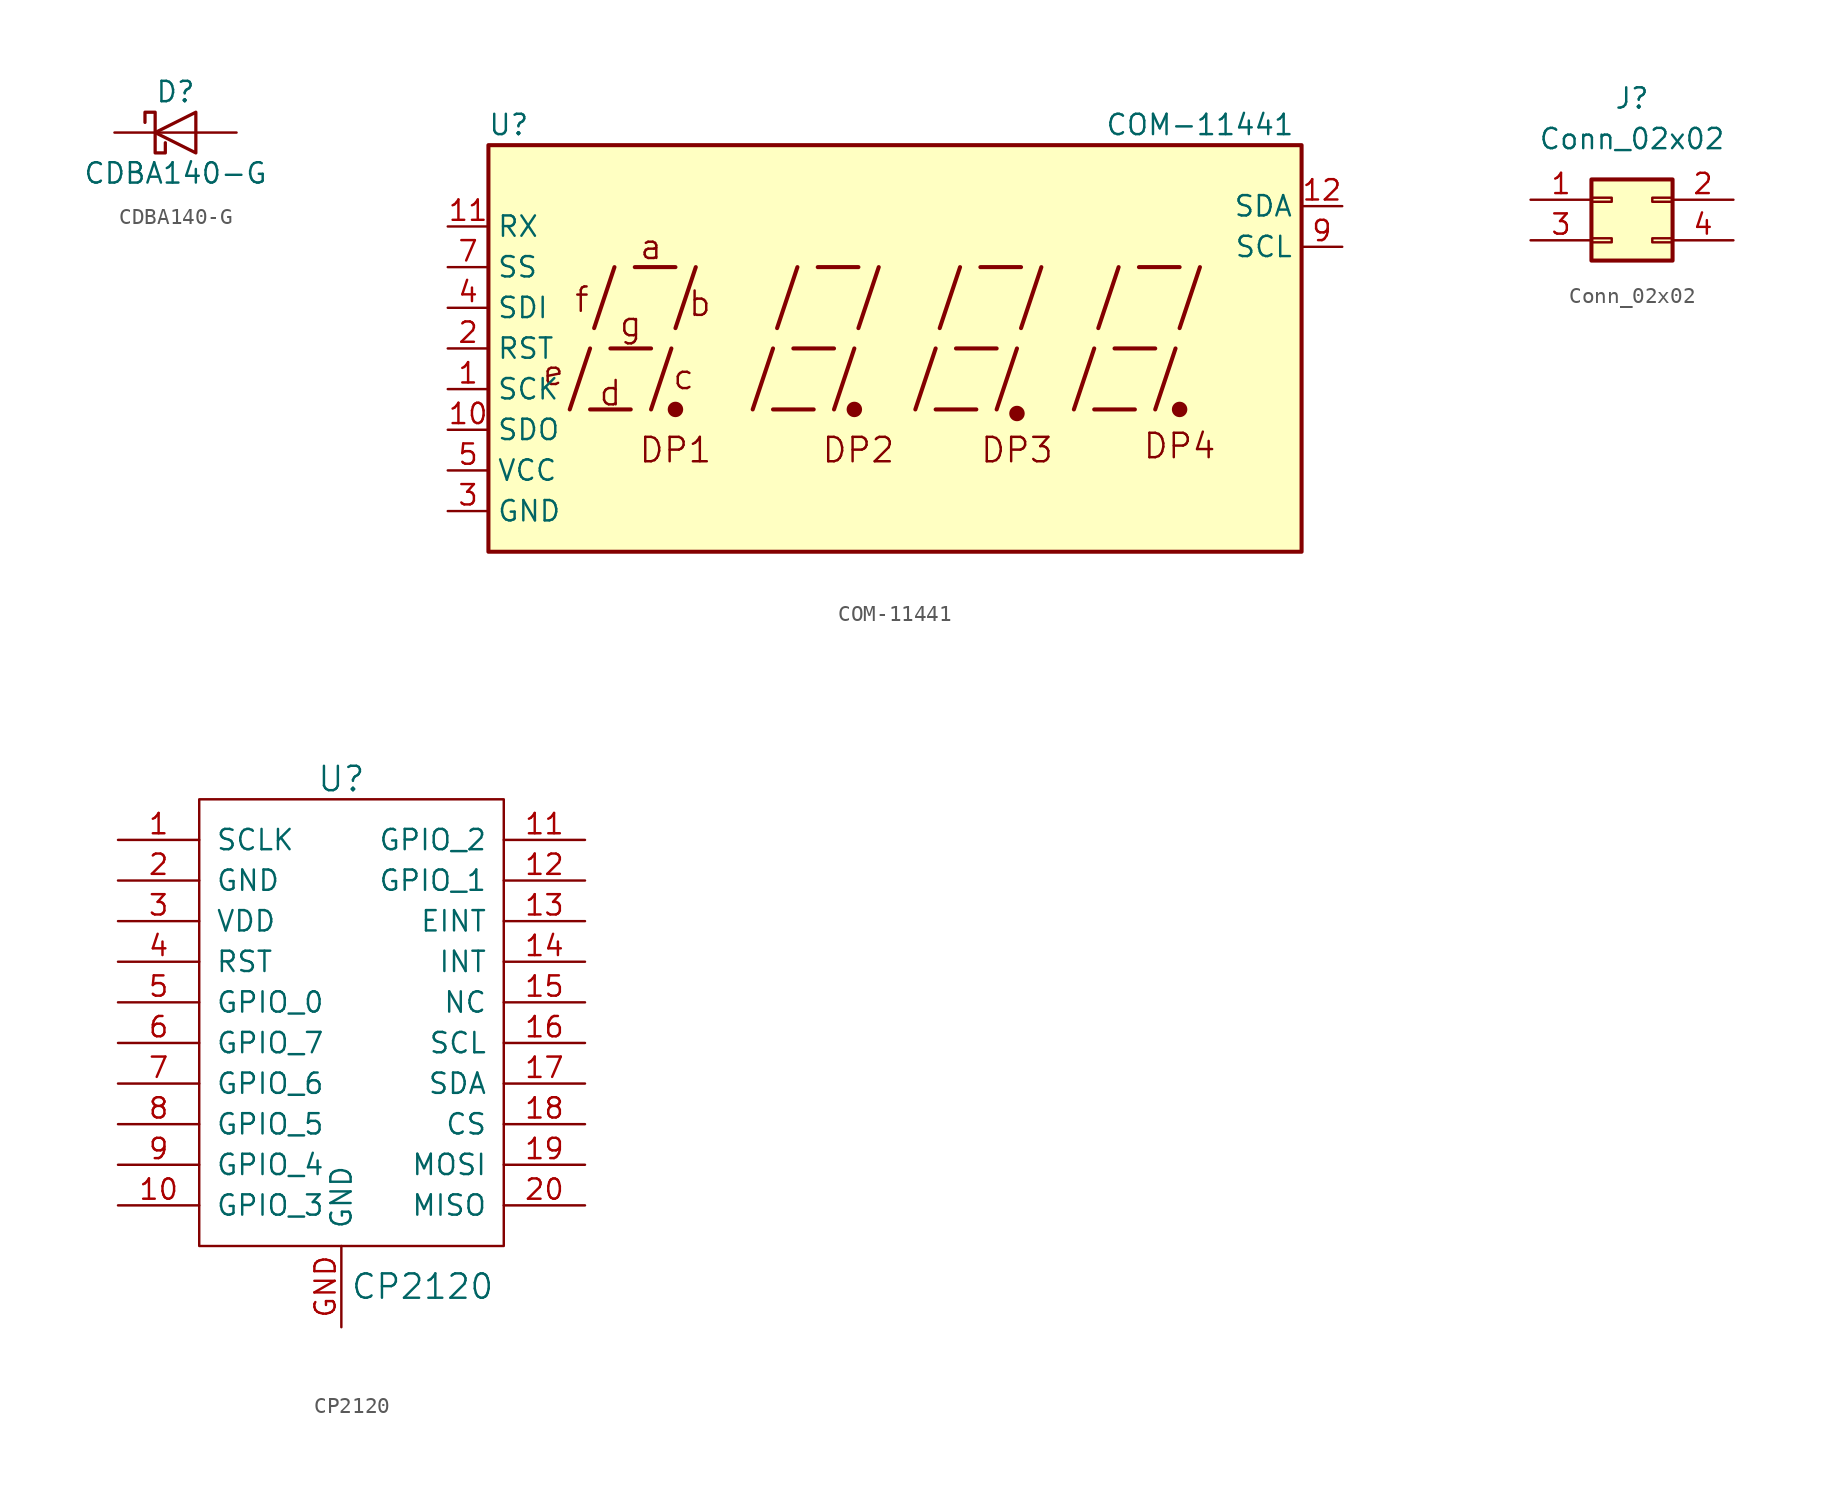
<source format=kicad_sym>
(kicad_symbol_lib
  (version 20211014)
  (generator kicad_symbol_editor)
  (symbol "CDBA140-G"
    (pin_numbers hide)
    (pin_names
      (offset 1.016) hide)
    (property "Reference" "D"
      (at 0 2.54 0)
      (effects (font (size 1.27 1.27))))
    (property "Value" "CDBA140-G"
      (at 0 -2.54 0)
      (effects (font (size 1.27 1.27))))
    (symbol "CDBA140-G_0_1"
      (polyline (pts (xy 1.27 0) (xy -1.27 0)) (stroke (width 0) (type default) (color 0 0 0 0)) (fill (type none)))
      (polyline (pts (xy 1.27 1.27) (xy 1.27 -1.27) (xy -1.27 0) (xy 1.27 1.27)) (stroke (width 0.203) (type default) (color 0 0 0 0)) (fill (type none)))
      (polyline (pts (xy -1.905 0.635) (xy -1.905 1.27) (xy -1.27 1.27) (xy -1.27 -1.27) (xy -0.635 -1.27) (xy -0.635 -0.635)) (stroke (width 0.203) (type default) (color 0 0 0 0)) (fill (type none))))
    (symbol "CDBA140-G_1_1"
      (pin passive line (at -3.81 0 0) (length 2.54) (name "K" (effects (font (size 1.27 1.27)))) (number "1" (effects (font (size 1.27 1.27)))))
      (pin passive line (at 3.81 0 180) (length 2.54) (name "A" (effects (font (size 1.27 1.27)))) (number "2" (effects (font (size 1.27 1.27)))))))
  (symbol "COM-11441"
    (property "Reference" "U"
      (at -24.13 13.97 0)
      (effects (font (size 1.27 1.27))))
    (property "Value" "COM-11441"
      (at 19.05 13.97 0)
      (effects (font (size 1.27 1.27))))
    (symbol "COM-11441_0_0"
      (rectangle (start -25.4 12.7) (end 25.4 -12.7) (stroke (width 0.254) (type default) (color 0 0 0 0)) (fill (type background)))
      (polyline (pts (xy -20.32 -3.81) (xy -19.05 0)) (stroke (width 0.254) (type default) (color 0 0 0 0)) (fill (type none)))
      (polyline (pts (xy -19.05 -3.81) (xy -16.51 -3.81)) (stroke (width 0.254) (type default) (color 0 0 0 0)) (fill (type none)))
      (polyline (pts (xy -18.796 1.27) (xy -17.526 5.08)) (stroke (width 0.254) (type default) (color 0 0 0 0)) (fill (type none)))
      (polyline (pts (xy -17.78 0) (xy -15.24 0)) (stroke (width 0.254) (type default) (color 0 0 0 0)) (fill (type none)))
      (polyline (pts (xy -16.256 5.08) (xy -13.716 5.08)) (stroke (width 0.254) (type default) (color 0 0 0 0)) (fill (type none)))
      (polyline (pts (xy -15.24 -3.81) (xy -13.97 0)) (stroke (width 0.254) (type default) (color 0 0 0 0)) (fill (type none)))
      (polyline (pts (xy -13.716 1.27) (xy -12.446 5.08)) (stroke (width 0.254) (type default) (color 0 0 0 0)) (fill (type none)))
      (polyline (pts (xy -8.89 -3.81) (xy -7.62 0)) (stroke (width 0.254) (type default) (color 0 0 0 0)) (fill (type none)))
      (polyline (pts (xy -7.62 -3.81) (xy -5.08 -3.81)) (stroke (width 0.254) (type default) (color 0 0 0 0)) (fill (type none)))
      (polyline (pts (xy -7.366 1.27) (xy -6.096 5.08)) (stroke (width 0.254) (type default) (color 0 0 0 0)) (fill (type none)))
      (polyline (pts (xy -6.35 0) (xy -3.81 0)) (stroke (width 0.254) (type default) (color 0 0 0 0)) (fill (type none)))
      (polyline (pts (xy -4.826 5.08) (xy -2.286 5.08)) (stroke (width 0.254) (type default) (color 0 0 0 0)) (fill (type none)))
      (polyline (pts (xy -3.81 -3.81) (xy -2.54 0)) (stroke (width 0.254) (type default) (color 0 0 0 0)) (fill (type none)))
      (polyline (pts (xy -2.286 1.27) (xy -1.016 5.08)) (stroke (width 0.254) (type default) (color 0 0 0 0)) (fill (type none)))
      (polyline (pts (xy 1.27 -3.81) (xy 2.54 0)) (stroke (width 0.254) (type default) (color 0 0 0 0)) (fill (type none)))
      (polyline (pts (xy 2.54 -3.81) (xy 5.08 -3.81)) (stroke (width 0.254) (type default) (color 0 0 0 0)) (fill (type none)))
      (polyline (pts (xy 2.794 1.27) (xy 4.064 5.08)) (stroke (width 0.254) (type default) (color 0 0 0 0)) (fill (type none)))
      (polyline (pts (xy 3.81 0) (xy 6.35 0)) (stroke (width 0.254) (type default) (color 0 0 0 0)) (fill (type none)))
      (polyline (pts (xy 5.334 5.08) (xy 7.874 5.08)) (stroke (width 0.254) (type default) (color 0 0 0 0)) (fill (type none)))
      (polyline (pts (xy 6.35 -3.81) (xy 7.62 0)) (stroke (width 0.254) (type default) (color 0 0 0 0)) (fill (type none)))
      (polyline (pts (xy 7.874 1.27) (xy 9.144 5.08)) (stroke (width 0.254) (type default) (color 0 0 0 0)) (fill (type none)))
      (polyline (pts (xy 11.176 -3.81) (xy 12.446 0)) (stroke (width 0.254) (type default) (color 0 0 0 0)) (fill (type none)))
      (polyline (pts (xy 12.446 -3.81) (xy 14.986 -3.81)) (stroke (width 0.254) (type default) (color 0 0 0 0)) (fill (type none)))
      (polyline (pts (xy 12.7 1.27) (xy 13.97 5.08)) (stroke (width 0.254) (type default) (color 0 0 0 0)) (fill (type none)))
      (polyline (pts (xy 13.716 0) (xy 16.256 0)) (stroke (width 0.254) (type default) (color 0 0 0 0)) (fill (type none)))
      (polyline (pts (xy 15.24 5.08) (xy 17.78 5.08)) (stroke (width 0.254) (type default) (color 0 0 0 0)) (fill (type none)))
      (polyline (pts (xy 16.256 -3.81) (xy 17.526 0)) (stroke (width 0.254) (type default) (color 0 0 0 0)) (fill (type none)))
      (polyline (pts (xy 17.78 1.27) (xy 19.05 5.08)) (stroke (width 0.254) (type default) (color 0 0 0 0)) (fill (type none)))
      (text "a" (at -15.24 6.35 0) (effects (font (size 1.524 1.524))))
      (text "b" (at -12.192 2.794 0) (effects (font (size 1.524 1.524))))
      (text "c" (at -13.208 -1.778 0) (effects (font (size 1.524 1.524))))
      (text "d" (at -17.78 -2.794 0) (effects (font (size 1.524 1.524))))
      (text "DP1" (at -13.716 -6.35 0) (effects (font (size 1.524 1.524))))
      (text "DP2" (at -2.286 -6.35 0) (effects (font (size 1.524 1.524))))
      (text "DP3" (at 7.62 -6.35 0) (effects (font (size 1.524 1.524))))
      (text "DP4" (at 17.78 -6.096 0) (effects (font (size 1.524 1.524))))
      (text "e" (at -21.336 -1.524 0) (effects (font (size 1.524 1.524))))
      (text "f" (at -19.558 3.048 0) (effects (font (size 1.524 1.524))))
      (text "g" (at -16.51 1.524 0) (effects (font (size 1.524 1.524)))))
    (symbol "COM-11441_0_1"
      (circle (center -13.716 -3.81) (radius 0.356) (stroke (width 0.254) (type default) (color 0 0 0 0)) (fill (type outline)))
      (circle (center -2.54 -3.81) (radius 0.356) (stroke (width 0.254) (type default) (color 0 0 0 0)) (fill (type outline))))
    (symbol "COM-11441_1_0"
      (circle (center 7.62 -4.064) (radius 0.356) (stroke (width 0.254) (type default) (color 0 0 0 0)) (fill (type outline)))
      (circle (center 17.78 -3.81) (radius 0.356) (stroke (width 0.254) (type default) (color 0 0 0 0)) (fill (type outline))))
    (symbol "COM-11441_1_1"
      (pin input line (at -27.94 -2.54 0) (length 2.54) (name "SCK" (effects (font (size 1.27 1.27)))) (number "1" (effects (font (size 1.27 1.27)))))
      (pin input line (at -27.94 -5.08 0) (length 2.54) (name "SDO" (effects (font (size 1.27 1.27)))) (number "10" (effects (font (size 1.27 1.27)))))
      (pin input line (at -27.94 7.62 0) (length 2.54) (name "RX" (effects (font (size 1.27 1.27)))) (number "11" (effects (font (size 1.27 1.27)))))
      (pin input line (at 27.94 8.89 180) (length 2.54) (name "SDA" (effects (font (size 1.27 1.27)))) (number "12" (effects (font (size 1.27 1.27)))))
      (pin input line (at -27.94 0 0) (length 2.54) (name "RST" (effects (font (size 1.27 1.27)))) (number "2" (effects (font (size 1.27 1.27)))))
      (pin input line (at -27.94 -10.16 0) (length 2.54) (name "GND" (effects (font (size 1.27 1.27)))) (number "3" (effects (font (size 1.27 1.27)))))
      (pin input line (at -27.94 2.54 0) (length 2.54) (name "SDI" (effects (font (size 1.27 1.27)))) (number "4" (effects (font (size 1.27 1.27)))))
      (pin input line (at -27.94 -7.62 0) (length 2.54) (name "VCC" (effects (font (size 1.27 1.27)))) (number "5" (effects (font (size 1.27 1.27)))))
      (pin input line (at -27.94 5.08 0) (length 2.54) (name "SS" (effects (font (size 1.27 1.27)))) (number "7" (effects (font (size 1.27 1.27)))))
      (pin input line (at 27.94 6.35 180) (length 2.54) (name "SCL" (effects (font (size 1.27 1.27)))) (number "9" (effects (font (size 1.27 1.27)))))))
  (symbol "Conn_02x02"
    (pin_names
      (offset 1.016))
    (property "Reference" "J"
      (at 0 7.62 0)
      (effects (font (size 1.27 1.27))))
    (property "Value" "Conn_02x02"
      (at 0 5.08 0)
      (effects (font (size 1.27 1.27))))
    (symbol "Conn_02x02_1_1"
      (rectangle (start -2.54 -1.143) (end -1.27 -1.397) (stroke (width 0.152) (type default) (color 0 0 0 0)) (fill (type none)))
      (rectangle (start -2.54 1.397) (end -1.27 1.143) (stroke (width 0.152) (type default) (color 0 0 0 0)) (fill (type none)))
      (rectangle (start -2.54 2.54) (end 2.54 -2.54) (stroke (width 0.254) (type default) (color 0 0 0 0)) (fill (type background)))
      (rectangle (start 2.54 -1.143) (end 1.27 -1.397) (stroke (width 0.152) (type default) (color 0 0 0 0)) (fill (type none)))
      (rectangle (start 2.54 1.397) (end 1.27 1.143) (stroke (width 0.152) (type default) (color 0 0 0 0)) (fill (type none)))
      (pin passive line (at -6.35 1.27 0) (length 3.81) (name "~" (effects (font (size 1.27 1.27)))) (number "1" (effects (font (size 1.27 1.27)))))
      (pin passive line (at 6.35 1.27 180) (length 3.81) (name "~" (effects (font (size 1.27 1.27)))) (number "2" (effects (font (size 1.27 1.27)))))
      (pin passive line (at -6.35 -1.27 0) (length 3.81) (name "~" (effects (font (size 1.27 1.27)))) (number "3" (effects (font (size 1.27 1.27)))))
      (pin passive line (at 6.35 -1.27 180) (length 3.81) (name "~" (effects (font (size 1.27 1.27)))) (number "4" (effects (font (size 1.27 1.27)))))))
  (symbol "CP2120"
    (pin_names
      (offset 1.016))
    (property "Reference" "U"
      (at 0 31.75 0)
      (effects (font (size 1.524 1.524))))
    (property "Value" "CP2120"
      (at 5.08 0 0)
      (effects (font (size 1.524 1.524))))
    (symbol "CP2120_0_1"
      (rectangle (start -8.89 30.48) (end 10.16 2.54) (stroke (width 0) (type default) (color 0 0 0 0)) (fill (type none))))
    (symbol "CP2120_1_1"
      (pin input line (at -13.97 27.94 0) (length 5.08) (name "SCLK" (effects (font (size 1.27 1.27)))) (number "1" (effects (font (size 1.27 1.27)))))
      (pin input line (at -13.97 5.08 0) (length 5.08) (name "GPIO_3" (effects (font (size 1.27 1.27)))) (number "10" (effects (font (size 1.27 1.27)))))
      (pin input line (at 15.24 27.94 180) (length 5.08) (name "GPIO_2" (effects (font (size 1.27 1.27)))) (number "11" (effects (font (size 1.27 1.27)))))
      (pin input line (at 15.24 25.4 180) (length 5.08) (name "GPIO_1" (effects (font (size 1.27 1.27)))) (number "12" (effects (font (size 1.27 1.27)))))
      (pin input line (at 15.24 22.86 180) (length 5.08) (name "EINT" (effects (font (size 1.27 1.27)))) (number "13" (effects (font (size 1.27 1.27)))))
      (pin input line (at 15.24 20.32 180) (length 5.08) (name "INT" (effects (font (size 1.27 1.27)))) (number "14" (effects (font (size 1.27 1.27)))))
      (pin input line (at 15.24 17.78 180) (length 5.08) (name "NC" (effects (font (size 1.27 1.27)))) (number "15" (effects (font (size 1.27 1.27)))))
      (pin input line (at 15.24 15.24 180) (length 5.08) (name "SCL" (effects (font (size 1.27 1.27)))) (number "16" (effects (font (size 1.27 1.27)))))
      (pin input line (at 15.24 12.7 180) (length 5.08) (name "SDA" (effects (font (size 1.27 1.27)))) (number "17" (effects (font (size 1.27 1.27)))))
      (pin input line (at 15.24 10.16 180) (length 5.08) (name "CS" (effects (font (size 1.27 1.27)))) (number "18" (effects (font (size 1.27 1.27)))))
      (pin input line (at 15.24 7.62 180) (length 5.08) (name "MOSI" (effects (font (size 1.27 1.27)))) (number "19" (effects (font (size 1.27 1.27)))))
      (pin input line (at -13.97 25.4 0) (length 5.08) (name "GND" (effects (font (size 1.27 1.27)))) (number "2" (effects (font (size 1.27 1.27)))))
      (pin input line (at 15.24 5.08 180) (length 5.08) (name "MISO" (effects (font (size 1.27 1.27)))) (number "20" (effects (font (size 1.27 1.27)))))
      (pin input line (at -13.97 22.86 0) (length 5.08) (name "VDD" (effects (font (size 1.27 1.27)))) (number "3" (effects (font (size 1.27 1.27)))))
      (pin input line (at -13.97 20.32 0) (length 5.08) (name "RST" (effects (font (size 1.27 1.27)))) (number "4" (effects (font (size 1.27 1.27)))))
      (pin input line (at -13.97 17.78 0) (length 5.08) (name "GPIO_0" (effects (font (size 1.27 1.27)))) (number "5" (effects (font (size 1.27 1.27)))))
      (pin input line (at -13.97 15.24 0) (length 5.08) (name "GPIO_7" (effects (font (size 1.27 1.27)))) (number "6" (effects (font (size 1.27 1.27)))))
      (pin input line (at -13.97 12.7 0) (length 5.08) (name "GPIO_6" (effects (font (size 1.27 1.27)))) (number "7" (effects (font (size 1.27 1.27)))))
      (pin input line (at -13.97 10.16 0) (length 5.08) (name "GPIO_5" (effects (font (size 1.27 1.27)))) (number "8" (effects (font (size 1.27 1.27)))))
      (pin input line (at -13.97 7.62 0) (length 5.08) (name "GPIO_4" (effects (font (size 1.27 1.27)))) (number "9" (effects (font (size 1.27 1.27)))))
      (pin input line (at 0 -2.54 90) (length 5.08) (name "GND" (effects (font (size 1.27 1.27)))) (number "GND" (effects (font (size 1.27 1.27))))))))
</source>
